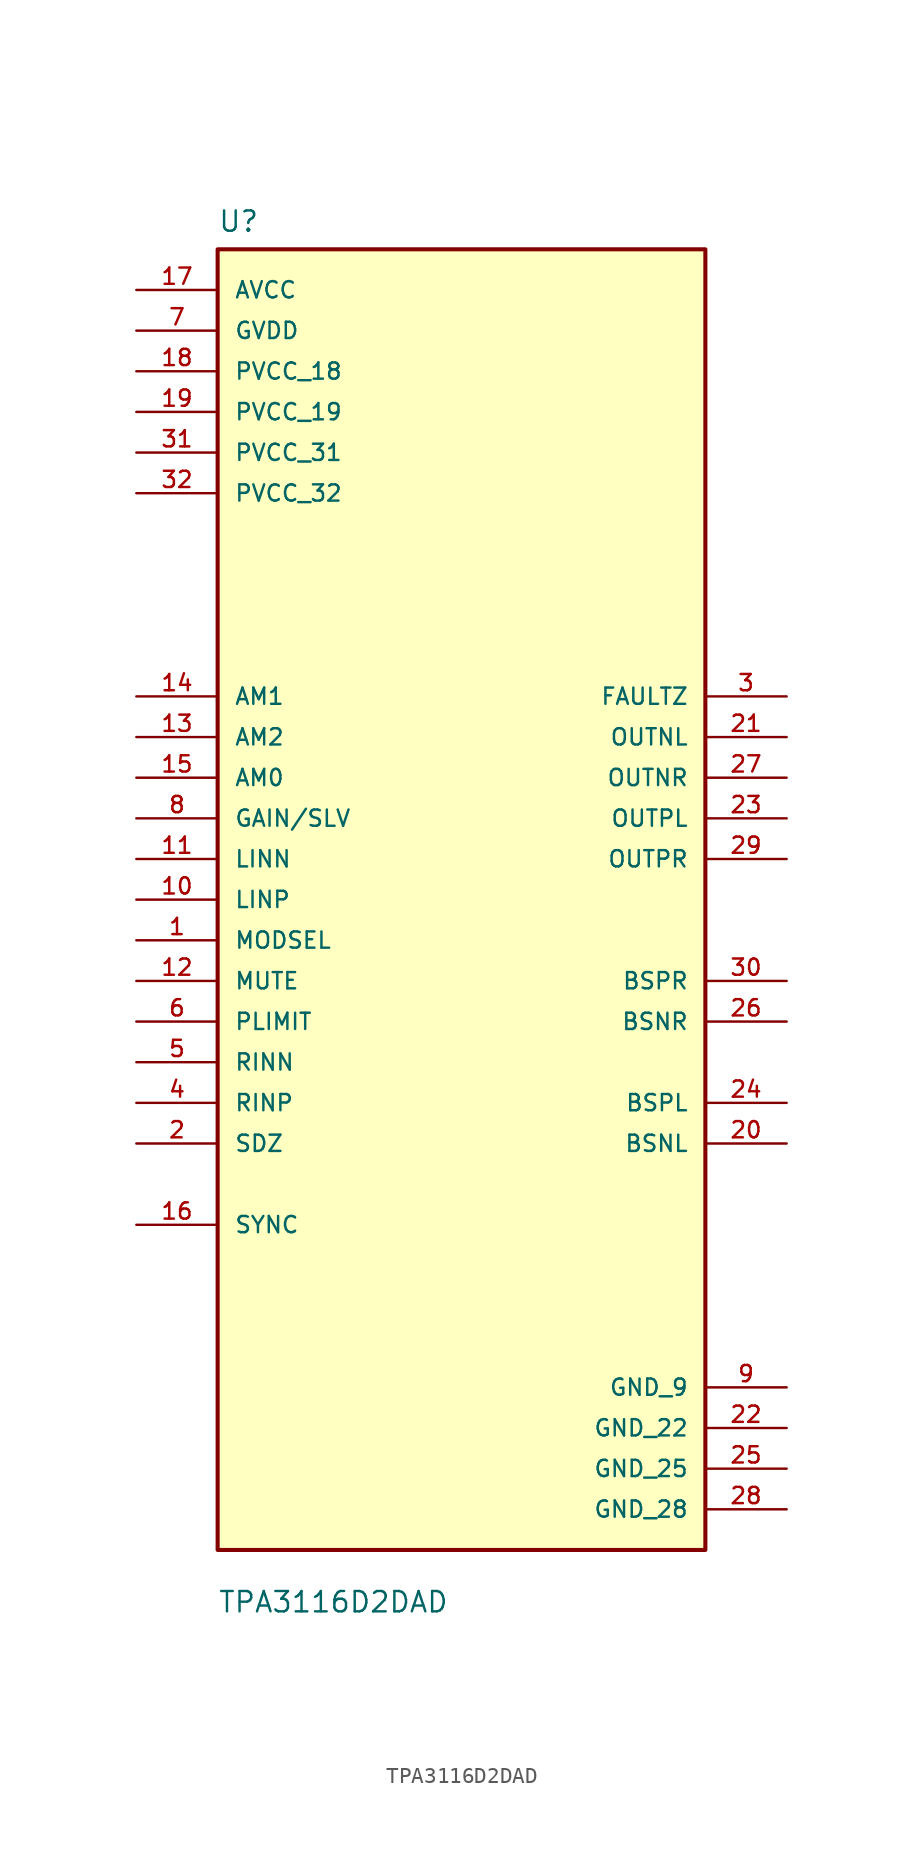
<source format=kicad_sym>
(kicad_symbol_lib
  (version 20220914)
  (generator kicad_symbol_editor)
  (symbol "TPA3116D2DAD"
    (pin_names
      (offset 1.016))
    (property "Reference" "U"
      (at -15.24 41.64 0)
      (effects (font (size 1.27 1.27)) (justify left bottom)))
    (property "Value" "TPA3116D2DAD"
      (at -15.24 -44.64 0)
      (effects (font (size 1.27 1.27)) (justify left bottom)))
    (symbol "TPA3116D2DAD_0_0"
      (rectangle (start -15.24 -40.64) (end 15.24 40.64) (stroke (width 0.254) (type default)) (fill (type background)))
      (pin input line (at -20.32 -2.54 0) (length 5.08) (name "MODSEL" (effects (font (size 1.016 1.016)))) (number "1" (effects (font (size 1.016 1.016)))))
      (pin input line (at -20.32 0 0) (length 5.08) (name "LINP" (effects (font (size 1.016 1.016)))) (number "10" (effects (font (size 1.016 1.016)))))
      (pin input line (at -20.32 2.54 0) (length 5.08) (name "LINN" (effects (font (size 1.016 1.016)))) (number "11" (effects (font (size 1.016 1.016)))))
      (pin input line (at -20.32 -5.08 0) (length 5.08) (name "MUTE" (effects (font (size 1.016 1.016)))) (number "12" (effects (font (size 1.016 1.016)))))
      (pin input line (at -20.32 10.16 0) (length 5.08) (name "AM2" (effects (font (size 1.016 1.016)))) (number "13" (effects (font (size 1.016 1.016)))))
      (pin input line (at -20.32 12.7 0) (length 5.08) (name "AM1" (effects (font (size 1.016 1.016)))) (number "14" (effects (font (size 1.016 1.016)))))
      (pin input line (at -20.32 7.62 0) (length 5.08) (name "AM0" (effects (font (size 1.016 1.016)))) (number "15" (effects (font (size 1.016 1.016)))))
      (pin bidirectional line (at -20.32 -20.32 0) (length 5.08) (name "SYNC" (effects (font (size 1.016 1.016)))) (number "16" (effects (font (size 1.016 1.016)))))
      (pin power_in line (at -20.32 38.1 0) (length 5.08) (name "AVCC" (effects (font (size 1.016 1.016)))) (number "17" (effects (font (size 1.016 1.016)))))
      (pin power_in line (at -20.32 33.02 0) (length 5.08) (name "PVCC_18" (effects (font (size 1.016 1.016)))) (number "18" (effects (font (size 1.016 1.016)))))
      (pin power_in line (at -20.32 30.48 0) (length 5.08) (name "PVCC_19" (effects (font (size 1.016 1.016)))) (number "19" (effects (font (size 1.016 1.016)))))
      (pin input line (at -20.32 -15.24 0) (length 5.08) (name "SDZ" (effects (font (size 1.016 1.016)))) (number "2" (effects (font (size 1.016 1.016)))))
      (pin passive line (at 20.32 -15.24 180) (length 5.08) (name "BSNL" (effects (font (size 1.016 1.016)))) (number "20" (effects (font (size 1.016 1.016)))))
      (pin output line (at 20.32 10.16 180) (length 5.08) (name "OUTNL" (effects (font (size 1.016 1.016)))) (number "21" (effects (font (size 1.016 1.016)))))
      (pin power_in line (at 20.32 -33.02 180) (length 5.08) (name "GND_22" (effects (font (size 1.016 1.016)))) (number "22" (effects (font (size 1.016 1.016)))))
      (pin output line (at 20.32 5.08 180) (length 5.08) (name "OUTPL" (effects (font (size 1.016 1.016)))) (number "23" (effects (font (size 1.016 1.016)))))
      (pin passive line (at 20.32 -12.7 180) (length 5.08) (name "BSPL" (effects (font (size 1.016 1.016)))) (number "24" (effects (font (size 1.016 1.016)))))
      (pin power_in line (at 20.32 -35.56 180) (length 5.08) (name "GND_25" (effects (font (size 1.016 1.016)))) (number "25" (effects (font (size 1.016 1.016)))))
      (pin passive line (at 20.32 -7.62 180) (length 5.08) (name "BSNR" (effects (font (size 1.016 1.016)))) (number "26" (effects (font (size 1.016 1.016)))))
      (pin output line (at 20.32 7.62 180) (length 5.08) (name "OUTNR" (effects (font (size 1.016 1.016)))) (number "27" (effects (font (size 1.016 1.016)))))
      (pin power_in line (at 20.32 -38.1 180) (length 5.08) (name "GND_28" (effects (font (size 1.016 1.016)))) (number "28" (effects (font (size 1.016 1.016)))))
      (pin output line (at 20.32 2.54 180) (length 5.08) (name "OUTPR" (effects (font (size 1.016 1.016)))) (number "29" (effects (font (size 1.016 1.016)))))
      (pin output line (at 20.32 12.7 180) (length 5.08) (name "FAULTZ" (effects (font (size 1.016 1.016)))) (number "3" (effects (font (size 1.016 1.016)))))
      (pin passive line (at 20.32 -5.08 180) (length 5.08) (name "BSPR" (effects (font (size 1.016 1.016)))) (number "30" (effects (font (size 1.016 1.016)))))
      (pin power_in line (at -20.32 27.94 0) (length 5.08) (name "PVCC_31" (effects (font (size 1.016 1.016)))) (number "31" (effects (font (size 1.016 1.016)))))
      (pin power_in line (at -20.32 25.4 0) (length 5.08) (name "PVCC_32" (effects (font (size 1.016 1.016)))) (number "32" (effects (font (size 1.016 1.016)))))
      (pin input line (at -20.32 -12.7 0) (length 5.08) (name "RINP" (effects (font (size 1.016 1.016)))) (number "4" (effects (font (size 1.016 1.016)))))
      (pin input line (at -20.32 -10.16 0) (length 5.08) (name "RINN" (effects (font (size 1.016 1.016)))) (number "5" (effects (font (size 1.016 1.016)))))
      (pin input line (at -20.32 -7.62 0) (length 5.08) (name "PLIMIT" (effects (font (size 1.016 1.016)))) (number "6" (effects (font (size 1.016 1.016)))))
      (pin power_in line (at -20.32 35.56 0) (length 5.08) (name "GVDD" (effects (font (size 1.016 1.016)))) (number "7" (effects (font (size 1.016 1.016)))))
      (pin input line (at -20.32 5.08 0) (length 5.08) (name "GAIN/SLV" (effects (font (size 1.016 1.016)))) (number "8" (effects (font (size 1.016 1.016)))))
      (pin power_in line (at 20.32 -30.48 180) (length 5.08) (name "GND_9" (effects (font (size 1.016 1.016)))) (number "9" (effects (font (size 1.016 1.016))))))))
</source>
